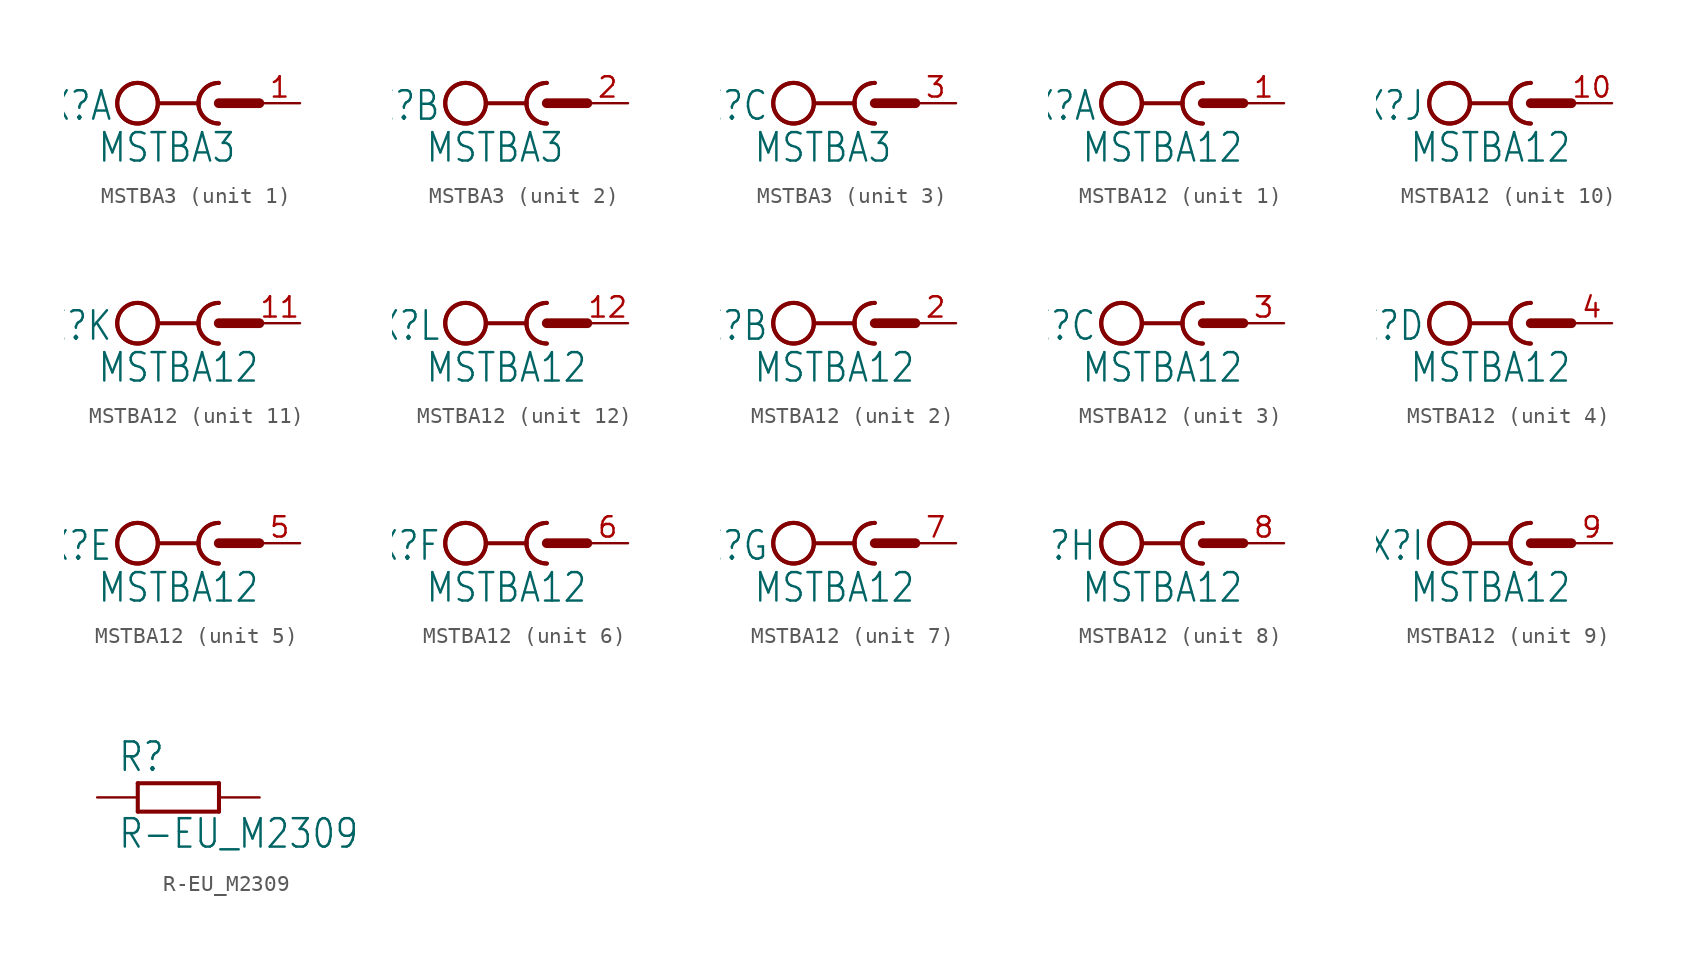
<source format=kicad_sym>
(kicad_symbol_lib
  (version 20220331)
  (generator kicad_symbol_editor)
  (symbol "MSTBA3"
    (property "Reference" "X"
      (at -6.604 0.889 0)
      (effects (font (size 1.778 1.511)) (justify right top)))
    (property "Value" "MSTBA3"
      (at -7.62 -3.81 0)
      (effects (font (size 1.778 1.511)) (justify left bottom)))
    (property "ki_locked" ""
      (at 0 0 0)
      (effects (font (size 1.27 1.27))))
    (symbol "MSTBA3_1_0"
      (circle (center -5.08 0) (radius 1.27) (stroke (width 0.254) (type solid)) (fill (type none)))
      (circle (center -5.08 0) (radius 1.27) (stroke (width 0.254) (type solid)) (fill (type none)))
      (arc (start -1.27 0) (mid -0.898 -0.898) (end 0 -1.27) (stroke (width 0.254) (type solid)) (fill (type none)))
      (polyline (pts (xy -3.81 0) (xy -1.27 0)) (stroke (width 0.254) (type solid)) (fill (type none)))
      (polyline (pts (xy 0 0) (xy 2.54 0)) (stroke (width 0.61) (type solid)) (fill (type none)))
      (arc (start 0 1.27) (mid -0.898 0.898) (end -1.27 0) (stroke (width 0.254) (type solid)) (fill (type none)))
      (arc (start 0 1.27) (mid -1.27 0) (end 0 -1.27) (stroke (width 0.254) (type solid)) (fill (type none)))
      (pin passive line (at 5.08 0 180) (length 2.54) (name "1" (effects (font (size 0 0)))) (number "1" (effects (font (size 1.27 1.27))))))
    (symbol "MSTBA3_2_0"
      (circle (center -5.08 0) (radius 1.27) (stroke (width 0.254) (type solid)) (fill (type none)))
      (circle (center -5.08 0) (radius 1.27) (stroke (width 0.254) (type solid)) (fill (type none)))
      (arc (start -1.27 0) (mid -0.898 -0.898) (end 0 -1.27) (stroke (width 0.254) (type solid)) (fill (type none)))
      (polyline (pts (xy -3.81 0) (xy -1.27 0)) (stroke (width 0.254) (type solid)) (fill (type none)))
      (polyline (pts (xy 0 0) (xy 2.54 0)) (stroke (width 0.61) (type solid)) (fill (type none)))
      (arc (start 0 1.27) (mid -0.898 0.898) (end -1.27 0) (stroke (width 0.254) (type solid)) (fill (type none)))
      (arc (start 0 1.27) (mid -1.27 0) (end 0 -1.27) (stroke (width 0.254) (type solid)) (fill (type none)))
      (pin passive line (at 5.08 0 180) (length 2.54) (name "1" (effects (font (size 0 0)))) (number "2" (effects (font (size 1.27 1.27))))))
    (symbol "MSTBA3_3_0"
      (circle (center -5.08 0) (radius 1.27) (stroke (width 0.254) (type solid)) (fill (type none)))
      (circle (center -5.08 0) (radius 1.27) (stroke (width 0.254) (type solid)) (fill (type none)))
      (arc (start -1.27 0) (mid -0.898 -0.898) (end 0 -1.27) (stroke (width 0.254) (type solid)) (fill (type none)))
      (polyline (pts (xy -3.81 0) (xy -1.27 0)) (stroke (width 0.254) (type solid)) (fill (type none)))
      (polyline (pts (xy 0 0) (xy 2.54 0)) (stroke (width 0.61) (type solid)) (fill (type none)))
      (arc (start 0 1.27) (mid -0.898 0.898) (end -1.27 0) (stroke (width 0.254) (type solid)) (fill (type none)))
      (arc (start 0 1.27) (mid -1.27 0) (end 0 -1.27) (stroke (width 0.254) (type solid)) (fill (type none)))
      (pin passive line (at 5.08 0 180) (length 2.54) (name "1" (effects (font (size 0 0)))) (number "3" (effects (font (size 1.27 1.27)))))))
  (symbol "MSTBA12"
    (property "Reference" "X"
      (at -6.604 0.889 0)
      (effects (font (size 1.778 1.511)) (justify right top)))
    (property "Value" "MSTBA12"
      (at -7.62 -3.81 0)
      (effects (font (size 1.778 1.511)) (justify left bottom)))
    (property "ki_locked" ""
      (at 0 0 0)
      (effects (font (size 1.27 1.27))))
    (symbol "MSTBA12_1_0"
      (circle (center -5.08 0) (radius 1.27) (stroke (width 0.254) (type solid)) (fill (type none)))
      (circle (center -5.08 0) (radius 1.27) (stroke (width 0.254) (type solid)) (fill (type none)))
      (arc (start -1.27 0) (mid -0.898 -0.898) (end 0 -1.27) (stroke (width 0.254) (type solid)) (fill (type none)))
      (polyline (pts (xy -3.81 0) (xy -1.27 0)) (stroke (width 0.254) (type solid)) (fill (type none)))
      (polyline (pts (xy 0 0) (xy 2.54 0)) (stroke (width 0.61) (type solid)) (fill (type none)))
      (arc (start 0 1.27) (mid -0.898 0.898) (end -1.27 0) (stroke (width 0.254) (type solid)) (fill (type none)))
      (arc (start 0 1.27) (mid -1.27 0) (end 0 -1.27) (stroke (width 0.254) (type solid)) (fill (type none)))
      (pin passive line (at 5.08 0 180) (length 2.54) (name "1" (effects (font (size 0 0)))) (number "1" (effects (font (size 1.27 1.27))))))
    (symbol "MSTBA12_2_0"
      (circle (center -5.08 0) (radius 1.27) (stroke (width 0.254) (type solid)) (fill (type none)))
      (circle (center -5.08 0) (radius 1.27) (stroke (width 0.254) (type solid)) (fill (type none)))
      (arc (start -1.27 0) (mid -0.898 -0.898) (end 0 -1.27) (stroke (width 0.254) (type solid)) (fill (type none)))
      (polyline (pts (xy -3.81 0) (xy -1.27 0)) (stroke (width 0.254) (type solid)) (fill (type none)))
      (polyline (pts (xy 0 0) (xy 2.54 0)) (stroke (width 0.61) (type solid)) (fill (type none)))
      (arc (start 0 1.27) (mid -0.898 0.898) (end -1.27 0) (stroke (width 0.254) (type solid)) (fill (type none)))
      (arc (start 0 1.27) (mid -1.27 0) (end 0 -1.27) (stroke (width 0.254) (type solid)) (fill (type none)))
      (pin passive line (at 5.08 0 180) (length 2.54) (name "1" (effects (font (size 0 0)))) (number "2" (effects (font (size 1.27 1.27))))))
    (symbol "MSTBA12_3_0"
      (circle (center -5.08 0) (radius 1.27) (stroke (width 0.254) (type solid)) (fill (type none)))
      (circle (center -5.08 0) (radius 1.27) (stroke (width 0.254) (type solid)) (fill (type none)))
      (arc (start -1.27 0) (mid -0.898 -0.898) (end 0 -1.27) (stroke (width 0.254) (type solid)) (fill (type none)))
      (polyline (pts (xy -3.81 0) (xy -1.27 0)) (stroke (width 0.254) (type solid)) (fill (type none)))
      (polyline (pts (xy 0 0) (xy 2.54 0)) (stroke (width 0.61) (type solid)) (fill (type none)))
      (arc (start 0 1.27) (mid -0.898 0.898) (end -1.27 0) (stroke (width 0.254) (type solid)) (fill (type none)))
      (arc (start 0 1.27) (mid -1.27 0) (end 0 -1.27) (stroke (width 0.254) (type solid)) (fill (type none)))
      (pin passive line (at 5.08 0 180) (length 2.54) (name "1" (effects (font (size 0 0)))) (number "3" (effects (font (size 1.27 1.27))))))
    (symbol "MSTBA12_4_0"
      (circle (center -5.08 0) (radius 1.27) (stroke (width 0.254) (type solid)) (fill (type none)))
      (circle (center -5.08 0) (radius 1.27) (stroke (width 0.254) (type solid)) (fill (type none)))
      (arc (start -1.27 0) (mid -0.898 -0.898) (end 0 -1.27) (stroke (width 0.254) (type solid)) (fill (type none)))
      (polyline (pts (xy -3.81 0) (xy -1.27 0)) (stroke (width 0.254) (type solid)) (fill (type none)))
      (polyline (pts (xy 0 0) (xy 2.54 0)) (stroke (width 0.61) (type solid)) (fill (type none)))
      (arc (start 0 1.27) (mid -0.898 0.898) (end -1.27 0) (stroke (width 0.254) (type solid)) (fill (type none)))
      (arc (start 0 1.27) (mid -1.27 0) (end 0 -1.27) (stroke (width 0.254) (type solid)) (fill (type none)))
      (pin passive line (at 5.08 0 180) (length 2.54) (name "1" (effects (font (size 0 0)))) (number "4" (effects (font (size 1.27 1.27))))))
    (symbol "MSTBA12_5_0"
      (circle (center -5.08 0) (radius 1.27) (stroke (width 0.254) (type solid)) (fill (type none)))
      (circle (center -5.08 0) (radius 1.27) (stroke (width 0.254) (type solid)) (fill (type none)))
      (arc (start -1.27 0) (mid -0.898 -0.898) (end 0 -1.27) (stroke (width 0.254) (type solid)) (fill (type none)))
      (polyline (pts (xy -3.81 0) (xy -1.27 0)) (stroke (width 0.254) (type solid)) (fill (type none)))
      (polyline (pts (xy 0 0) (xy 2.54 0)) (stroke (width 0.61) (type solid)) (fill (type none)))
      (arc (start 0 1.27) (mid -0.898 0.898) (end -1.27 0) (stroke (width 0.254) (type solid)) (fill (type none)))
      (arc (start 0 1.27) (mid -1.27 0) (end 0 -1.27) (stroke (width 0.254) (type solid)) (fill (type none)))
      (pin passive line (at 5.08 0 180) (length 2.54) (name "1" (effects (font (size 0 0)))) (number "5" (effects (font (size 1.27 1.27))))))
    (symbol "MSTBA12_6_0"
      (circle (center -5.08 0) (radius 1.27) (stroke (width 0.254) (type solid)) (fill (type none)))
      (circle (center -5.08 0) (radius 1.27) (stroke (width 0.254) (type solid)) (fill (type none)))
      (arc (start -1.27 0) (mid -0.898 -0.898) (end 0 -1.27) (stroke (width 0.254) (type solid)) (fill (type none)))
      (polyline (pts (xy -3.81 0) (xy -1.27 0)) (stroke (width 0.254) (type solid)) (fill (type none)))
      (polyline (pts (xy 0 0) (xy 2.54 0)) (stroke (width 0.61) (type solid)) (fill (type none)))
      (arc (start 0 1.27) (mid -0.898 0.898) (end -1.27 0) (stroke (width 0.254) (type solid)) (fill (type none)))
      (arc (start 0 1.27) (mid -1.27 0) (end 0 -1.27) (stroke (width 0.254) (type solid)) (fill (type none)))
      (pin passive line (at 5.08 0 180) (length 2.54) (name "1" (effects (font (size 0 0)))) (number "6" (effects (font (size 1.27 1.27))))))
    (symbol "MSTBA12_7_0"
      (circle (center -5.08 0) (radius 1.27) (stroke (width 0.254) (type solid)) (fill (type none)))
      (circle (center -5.08 0) (radius 1.27) (stroke (width 0.254) (type solid)) (fill (type none)))
      (arc (start -1.27 0) (mid -0.898 -0.898) (end 0 -1.27) (stroke (width 0.254) (type solid)) (fill (type none)))
      (polyline (pts (xy -3.81 0) (xy -1.27 0)) (stroke (width 0.254) (type solid)) (fill (type none)))
      (polyline (pts (xy 0 0) (xy 2.54 0)) (stroke (width 0.61) (type solid)) (fill (type none)))
      (arc (start 0 1.27) (mid -0.898 0.898) (end -1.27 0) (stroke (width 0.254) (type solid)) (fill (type none)))
      (arc (start 0 1.27) (mid -1.27 0) (end 0 -1.27) (stroke (width 0.254) (type solid)) (fill (type none)))
      (pin passive line (at 5.08 0 180) (length 2.54) (name "1" (effects (font (size 0 0)))) (number "7" (effects (font (size 1.27 1.27))))))
    (symbol "MSTBA12_8_0"
      (circle (center -5.08 0) (radius 1.27) (stroke (width 0.254) (type solid)) (fill (type none)))
      (circle (center -5.08 0) (radius 1.27) (stroke (width 0.254) (type solid)) (fill (type none)))
      (arc (start -1.27 0) (mid -0.898 -0.898) (end 0 -1.27) (stroke (width 0.254) (type solid)) (fill (type none)))
      (polyline (pts (xy -3.81 0) (xy -1.27 0)) (stroke (width 0.254) (type solid)) (fill (type none)))
      (polyline (pts (xy 0 0) (xy 2.54 0)) (stroke (width 0.61) (type solid)) (fill (type none)))
      (arc (start 0 1.27) (mid -0.898 0.898) (end -1.27 0) (stroke (width 0.254) (type solid)) (fill (type none)))
      (arc (start 0 1.27) (mid -1.27 0) (end 0 -1.27) (stroke (width 0.254) (type solid)) (fill (type none)))
      (pin passive line (at 5.08 0 180) (length 2.54) (name "1" (effects (font (size 0 0)))) (number "8" (effects (font (size 1.27 1.27))))))
    (symbol "MSTBA12_9_0"
      (circle (center -5.08 0) (radius 1.27) (stroke (width 0.254) (type solid)) (fill (type none)))
      (circle (center -5.08 0) (radius 1.27) (stroke (width 0.254) (type solid)) (fill (type none)))
      (arc (start -1.27 0) (mid -0.898 -0.898) (end 0 -1.27) (stroke (width 0.254) (type solid)) (fill (type none)))
      (polyline (pts (xy -3.81 0) (xy -1.27 0)) (stroke (width 0.254) (type solid)) (fill (type none)))
      (polyline (pts (xy 0 0) (xy 2.54 0)) (stroke (width 0.61) (type solid)) (fill (type none)))
      (arc (start 0 1.27) (mid -0.898 0.898) (end -1.27 0) (stroke (width 0.254) (type solid)) (fill (type none)))
      (arc (start 0 1.27) (mid -1.27 0) (end 0 -1.27) (stroke (width 0.254) (type solid)) (fill (type none)))
      (pin passive line (at 5.08 0 180) (length 2.54) (name "1" (effects (font (size 0 0)))) (number "9" (effects (font (size 1.27 1.27))))))
    (symbol "MSTBA12_10_0"
      (circle (center -5.08 0) (radius 1.27) (stroke (width 0.254) (type solid)) (fill (type none)))
      (circle (center -5.08 0) (radius 1.27) (stroke (width 0.254) (type solid)) (fill (type none)))
      (arc (start -1.27 0) (mid -0.898 -0.898) (end 0 -1.27) (stroke (width 0.254) (type solid)) (fill (type none)))
      (polyline (pts (xy -3.81 0) (xy -1.27 0)) (stroke (width 0.254) (type solid)) (fill (type none)))
      (polyline (pts (xy 0 0) (xy 2.54 0)) (stroke (width 0.61) (type solid)) (fill (type none)))
      (arc (start 0 1.27) (mid -0.898 0.898) (end -1.27 0) (stroke (width 0.254) (type solid)) (fill (type none)))
      (arc (start 0 1.27) (mid -1.27 0) (end 0 -1.27) (stroke (width 0.254) (type solid)) (fill (type none)))
      (pin passive line (at 5.08 0 180) (length 2.54) (name "1" (effects (font (size 0 0)))) (number "10" (effects (font (size 1.27 1.27))))))
    (symbol "MSTBA12_11_0"
      (circle (center -5.08 0) (radius 1.27) (stroke (width 0.254) (type solid)) (fill (type none)))
      (circle (center -5.08 0) (radius 1.27) (stroke (width 0.254) (type solid)) (fill (type none)))
      (arc (start -1.27 0) (mid -0.898 -0.898) (end 0 -1.27) (stroke (width 0.254) (type solid)) (fill (type none)))
      (polyline (pts (xy -3.81 0) (xy -1.27 0)) (stroke (width 0.254) (type solid)) (fill (type none)))
      (polyline (pts (xy 0 0) (xy 2.54 0)) (stroke (width 0.61) (type solid)) (fill (type none)))
      (arc (start 0 1.27) (mid -0.898 0.898) (end -1.27 0) (stroke (width 0.254) (type solid)) (fill (type none)))
      (arc (start 0 1.27) (mid -1.27 0) (end 0 -1.27) (stroke (width 0.254) (type solid)) (fill (type none)))
      (pin passive line (at 5.08 0 180) (length 2.54) (name "1" (effects (font (size 0 0)))) (number "11" (effects (font (size 1.27 1.27))))))
    (symbol "MSTBA12_12_0"
      (circle (center -5.08 0) (radius 1.27) (stroke (width 0.254) (type solid)) (fill (type none)))
      (circle (center -5.08 0) (radius 1.27) (stroke (width 0.254) (type solid)) (fill (type none)))
      (arc (start -1.27 0) (mid -0.898 -0.898) (end 0 -1.27) (stroke (width 0.254) (type solid)) (fill (type none)))
      (polyline (pts (xy -3.81 0) (xy -1.27 0)) (stroke (width 0.254) (type solid)) (fill (type none)))
      (polyline (pts (xy 0 0) (xy 2.54 0)) (stroke (width 0.61) (type solid)) (fill (type none)))
      (arc (start 0 1.27) (mid -0.898 0.898) (end -1.27 0) (stroke (width 0.254) (type solid)) (fill (type none)))
      (arc (start 0 1.27) (mid -1.27 0) (end 0 -1.27) (stroke (width 0.254) (type solid)) (fill (type none)))
      (pin passive line (at 5.08 0 180) (length 2.54) (name "1" (effects (font (size 0 0)))) (number "12" (effects (font (size 1.27 1.27)))))))
  (symbol "R-EU_M2309"
    (property "Reference" "R"
      (at -3.81 1.499 0)
      (effects (font (size 1.778 1.511)) (justify left bottom)))
    (property "Value" "R-EU_M2309"
      (at -3.81 -3.302 0)
      (effects (font (size 1.778 1.511)) (justify left bottom)))
    (property "ki_locked" ""
      (at 0 0 0)
      (effects (font (size 1.27 1.27))))
    (symbol "R-EU_M2309_1_0"
      (polyline (pts (xy -2.54 -0.889) (xy -2.54 0.889)) (stroke (width 0.254) (type solid)) (fill (type none)))
      (polyline (pts (xy -2.54 -0.889) (xy 2.54 -0.889)) (stroke (width 0.254) (type solid)) (fill (type none)))
      (polyline (pts (xy 2.54 -0.889) (xy 2.54 0.889)) (stroke (width 0.254) (type solid)) (fill (type none)))
      (polyline (pts (xy 2.54 0.889) (xy -2.54 0.889)) (stroke (width 0.254) (type solid)) (fill (type none)))
      (pin passive line (at -5.08 0 0) (length 2.54) (name "1" (effects (font (size 0 0)))) (number "1" (effects (font (size 0 0)))))
      (pin passive line (at 5.08 0 180) (length 2.54) (name "2" (effects (font (size 0 0)))) (number "2" (effects (font (size 0 0))))))))
</source>
